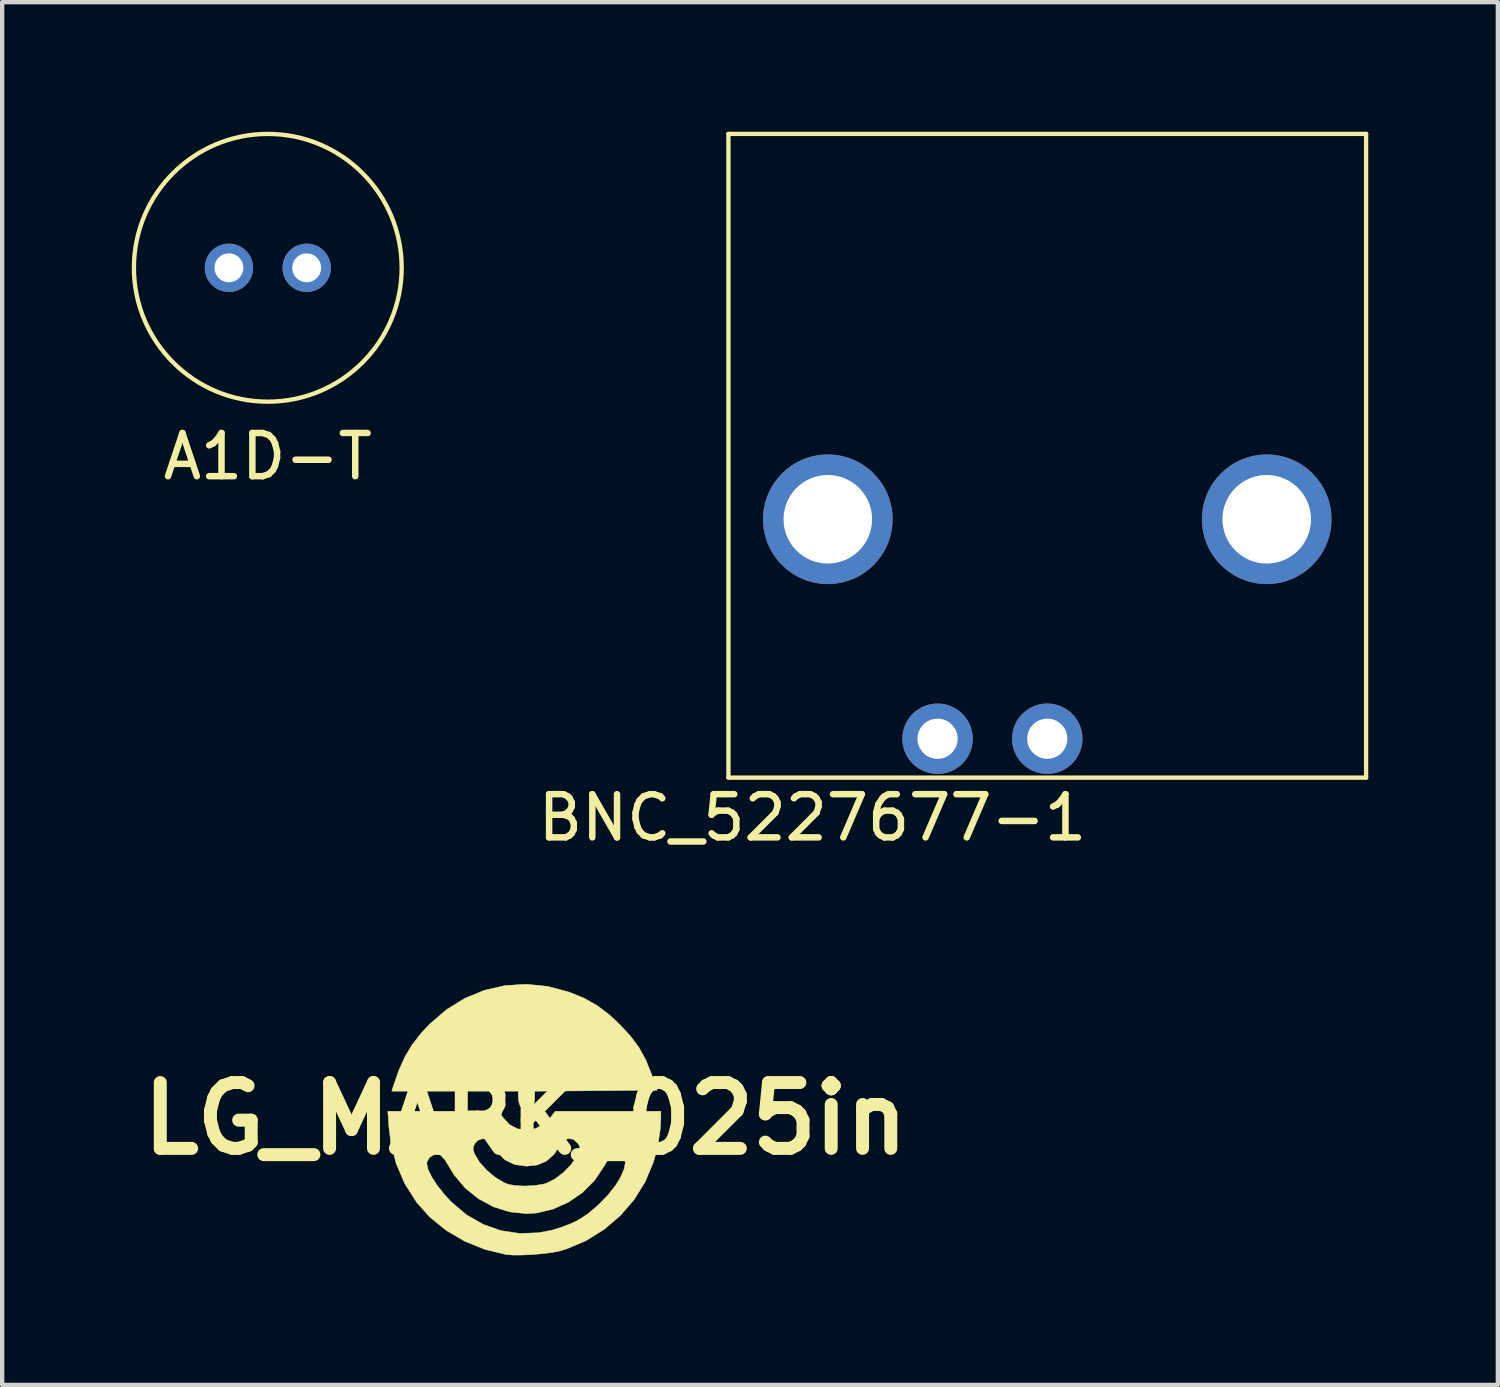
<source format=kicad_pcb>
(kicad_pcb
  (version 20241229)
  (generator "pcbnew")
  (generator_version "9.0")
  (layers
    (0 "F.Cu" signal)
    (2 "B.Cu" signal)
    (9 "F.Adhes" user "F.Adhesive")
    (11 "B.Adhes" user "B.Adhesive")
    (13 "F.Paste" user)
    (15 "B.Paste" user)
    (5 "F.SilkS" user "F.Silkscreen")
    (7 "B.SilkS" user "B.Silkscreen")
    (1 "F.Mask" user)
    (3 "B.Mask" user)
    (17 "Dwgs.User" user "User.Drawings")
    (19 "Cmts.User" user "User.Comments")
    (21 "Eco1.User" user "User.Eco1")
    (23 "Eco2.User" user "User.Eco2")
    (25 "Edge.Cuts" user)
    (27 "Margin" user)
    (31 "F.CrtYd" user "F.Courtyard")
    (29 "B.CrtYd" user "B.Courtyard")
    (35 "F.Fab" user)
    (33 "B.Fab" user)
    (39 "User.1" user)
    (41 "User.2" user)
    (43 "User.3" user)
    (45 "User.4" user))
  (footprint "BNC_5227677-1"
    (layer "F.Cu")
    (at 21.192 14.05)
    (property "Reference" "BNC_5227677-1" (at -5.436 1.829 0) (layer "F.SilkS") (effects (font (size 1 1) (thickness 0.15))))
    (attr through_hole)
    (fp_line (start -7.38 -14) (end -7.38 0.9) (stroke (width 0.1) (type solid)) (layer "F.SilkS"))
    (fp_line (start -7.38 -14) (end 7.38 -14) (stroke (width 0.1) (type solid)) (layer "F.SilkS"))
    (fp_line (start -7.38 0.9) (end 7.38 0.9) (stroke (width 0.1) (type solid)) (layer "F.SilkS"))
    (fp_line (start 7.38 -14) (end 7.38 0.9) (stroke (width 0.1) (type solid)) (layer "F.SilkS"))
    (pad "" thru_hole circle (at -5.08 -5.08) (size 3 3) (drill 2.05) (layers "*.Cu" "*.Mask"))
    (pad "" thru_hole circle (at 5.08 -5.08) (size 3 3) (drill 2.05) (layers "*.Cu" "*.Mask"))
    (pad "1" thru_hole circle (at 0 0) (size 1.63 1.63) (drill 0.93) (layers "*.Cu" "*.Mask"))
    (pad "2" thru_hole circle (at -2.54 0) (size 1.63 1.63) (drill 0.93) (layers "*.Cu" "*.Mask")))
  (footprint "A1D-T"
    (layer "F.Cu")
    (at 3.149 3.149)
    (property "Reference" "A1D-T" (at 0 4.369 0) (layer "F.SilkS") (effects (font (size 1 1) (thickness 0.15))))
    (attr through_hole)
    (fp_circle (center 0 0) (end 0 3.099) (stroke (width 0.1) (type solid)) (fill no) (layer "F.SilkS"))
    (pad "1" thru_hole circle (at -0.9 0) (size 1.12 1.12) (drill 0.67) (layers "*.Cu" "*.Mask"))
    (pad "2" thru_hole circle (at 0.9 0) (size 1.12 1.12) (drill 0.67) (layers "*.Cu" "*.Mask")))
  (footprint "LG_MARK_025in"
    (layer "F.Cu")
    (at 9.115 22.843)
    (property "Reference" "LG_MARK_025in" (at 0 0 0) (layer "F.SilkS") (effects (font (size 1.524 1.524) (thickness 0.3))))
    (attr through_hole)
    (fp_poly (pts (xy 0.517 -3.06) (xy 1.016 -2.926) (xy 1.017 -2.926) (xy 1.357 -2.787) (xy 1.653 -2.62) (xy 1.933 -2.409) (xy 2.179 -2.179) (xy 2.434 -1.904) (xy 2.63 -1.639) (xy 2.785 -1.355) (xy 2.918 -1.025) (xy 2.924 -1.007) (xy 3.046 -0.656) (xy 0.212 -0.634) (xy 0.212 -0.474) (xy 0.199 -0.355) (xy 0.168 -0.271) (xy 0.161 -0.262) (xy 0.066 -0.216) (xy -0.042 -0.226) (xy -0.122 -0.287) (xy -0.126 -0.294) (xy -0.158 -0.396) (xy -0.169 -0.505) (xy -0.169 -0.635) (xy -3.096 -0.635) (xy -3.067 -0.73) (xy -2.936 -1.109) (xy -2.794 -1.427) (xy -2.627 -1.707) (xy -2.421 -1.971) (xy -2.223 -2.184) (xy -1.832 -2.521) (xy -1.406 -2.784) (xy -0.95 -2.971) (xy -0.473 -3.08) (xy 0.019 -3.111) (xy 0.517 -3.06)) (stroke (width 0.01) (type solid)) (fill yes) (layer "F.SilkS"))
    (fp_poly (pts (xy 3.132 0.011) (xy 3.116 0.265) (xy 3.07 0.561) (xy 3.003 0.859) (xy 2.957 1.016) (xy 2.771 1.462) (xy 2.514 1.875) (xy 2.194 2.246) (xy 1.82 2.565) (xy 1.403 2.825) (xy 0.951 3.017) (xy 0.783 3.067) (xy 0.62 3.099) (xy 0.405 3.126) (xy 0.165 3.147) (xy -0.074 3.158) (xy -0.284 3.159) (xy -0.438 3.149) (xy -0.445 3.148) (xy -0.938 3.029) (xy -1.405 2.841) (xy -1.835 2.589) (xy -2.214 2.281) (xy -2.518 1.942) (xy -2.795 1.507) (xy -2.993 1.044) (xy -2.286 1.044) (xy -2.255 1.18) (xy -2.169 1.356) (xy -2.037 1.557) (xy -1.868 1.768) (xy -1.717 1.931) (xy -1.367 2.227) (xy -0.982 2.448) (xy -0.57 2.593) (xy -0.139 2.658) (xy 0.304 2.642) (xy 0.61 2.583) (xy 0.814 2.521) (xy 1.028 2.441) (xy 1.199 2.362) (xy 1.432 2.213) (xy 1.673 2.011) (xy 1.899 1.78) (xy 2.088 1.541) (xy 2.199 1.36) (xy 2.284 1.161) (xy 2.31 1.014) (xy 2.276 0.909) (xy 2.199 0.846) (xy 2.096 0.817) (xy 2 0.852) (xy 1.903 0.959) (xy 1.811 1.113) (xy 1.594 1.436) (xy 1.317 1.713) (xy 0.992 1.936) (xy 0.635 2.096) (xy 0.258 2.185) (xy 0.021 2.201) (xy -0.366 2.16) (xy -0.74 2.043) (xy -1.088 1.856) (xy -1.396 1.608) (xy -1.651 1.307) (xy -1.767 1.116) (xy -1.87 0.948) (xy -1.96 0.852) (xy -1.999 0.832) (xy -2.121 0.837) (xy -2.225 0.903) (xy -2.282 1.007) (xy -2.286 1.044) (xy -2.993 1.044) (xy -2.997 1.034) (xy -3.09 0.658) (xy -1.212 0.658) (xy -1.208 0.739) (xy -1.181 0.815) (xy -1.071 1.001) (xy -0.905 1.189) (xy -0.707 1.356) (xy -0.501 1.481) (xy -0.391 1.524) (xy -0.224 1.553) (xy -0.01 1.561) (xy 0.213 1.549) (xy 0.409 1.518) (xy 0.479 1.499) (xy 0.675 1.401) (xy 0.877 1.248) (xy 1.057 1.063) (xy 1.186 0.875) (xy 1.243 0.761) (xy 1.262 0.689) (xy 1.245 0.629) (xy 1.214 0.576) (xy 1.111 0.482) (xy 0.992 0.461) (xy 0.879 0.514) (xy 0.813 0.597) (xy 0.657 0.83) (xy 0.48 0.986) (xy 0.272 1.074) (xy 0.021 1.101) (xy -0.249 1.065) (xy -0.475 0.956) (xy -0.659 0.775) (xy -0.677 0.75) (xy -0.778 0.61) (xy -0.847 0.525) (xy -0.9 0.482) (xy -0.953 0.467) (xy -0.996 0.466) (xy -1.105 0.505) (xy -1.168 0.572) (xy -1.212 0.658) (xy -3.09 0.658) (xy -3.123 0.525) (xy -3.163 0.186) (xy -3.188 -0.169) (xy -1.901 -0.169) (xy -0.614 -0.168) (xy -0.519 -0.022) (xy -0.369 0.141) (xy -0.183 0.237) (xy 0.023 0.266) (xy 0.232 0.23) (xy 0.426 0.126) (xy 0.574 -0.021) (xy 0.687 -0.169) (xy 3.133 -0.169) (xy 3.132 0.011)) (stroke (width 0.01) (type solid)) (fill yes) (layer "F.SilkS")))
  (gr_rect
    (start -3 -3)
    (end 31.622 29.007)
    (stroke (width 0.1) (type default))
    (fill no)
    (layer "Edge.Cuts")))
</source>
